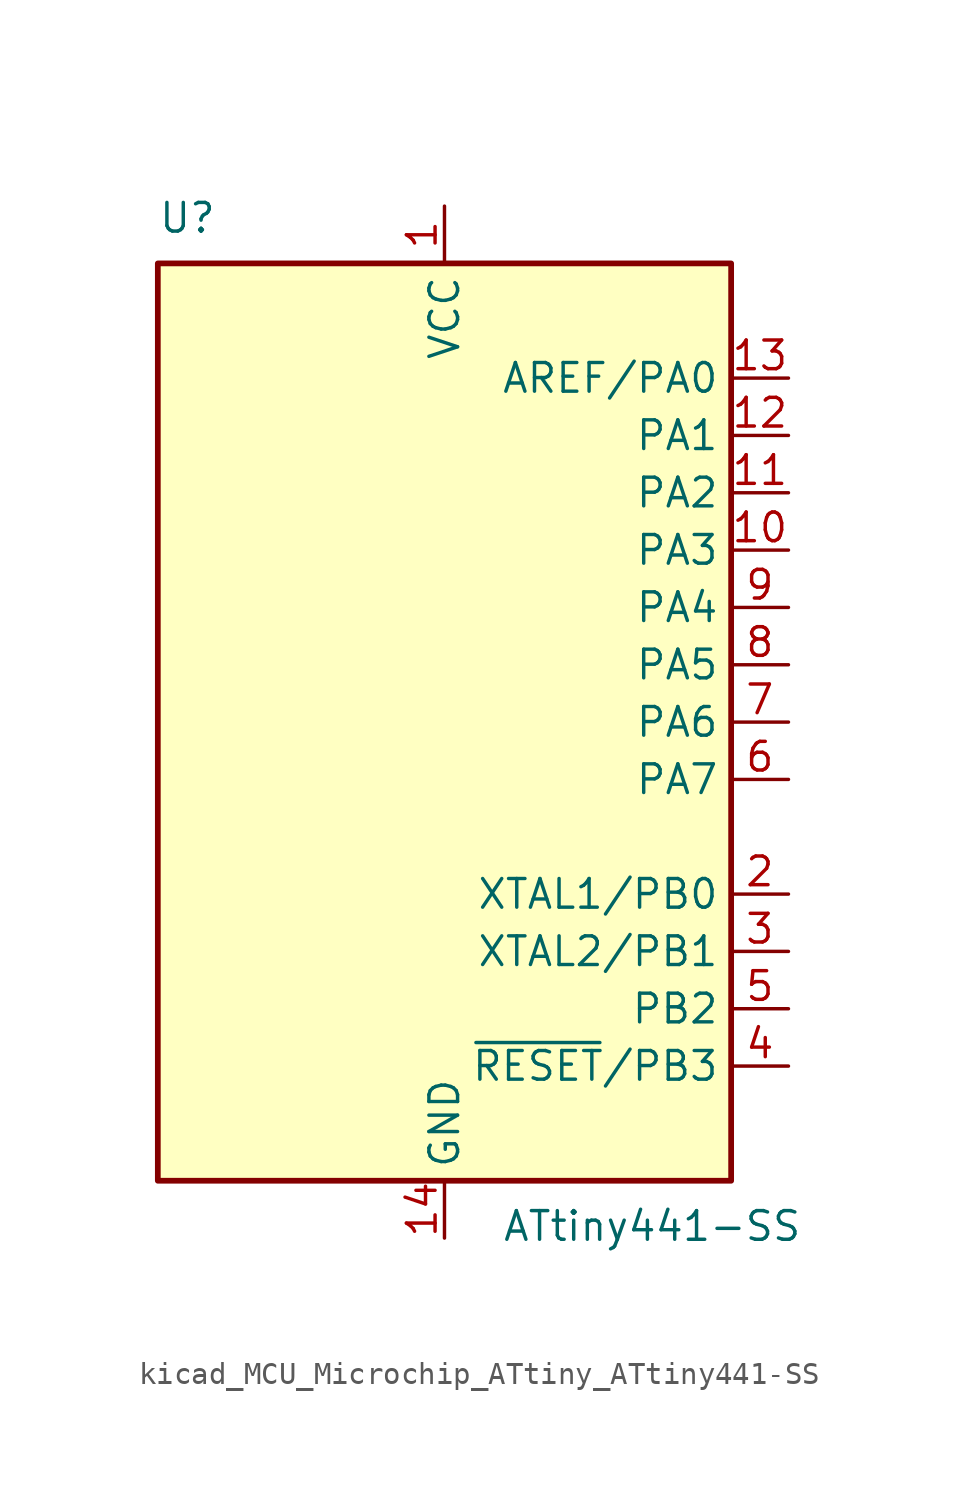
<source format=kicad_sym>
(kicad_symbol_lib
  (version 20220914)
  (generator kicad_symbol_editor)
  (symbol "kicad_MCU_Microchip_ATtiny_ATtiny441-SS"
    (property "Reference" "U"
      (at -12.7 21.59 0)
      (effects (font (size 1.27 1.27)) (justify left bottom)))
    (property "Value" "ATtiny441-SS"
      (at 2.54 -21.59 0)
      (effects (font (size 1.27 1.27)) (justify left top)))
    (symbol "kicad_MCU_Microchip_ATtiny_ATtiny441-SS_0_1"
      (rectangle (start -12.7 -20.32) (end 12.7 20.32) (stroke (width 0.254) (type default)) (fill (type background))))
    (symbol "kicad_MCU_Microchip_ATtiny_ATtiny441-SS_1_1"
      (pin power_in line (at 0 22.86 270) (length 2.54) (name "VCC" (effects (font (size 1.27 1.27)))) (number "1" (effects (font (size 1.27 1.27)))))
      (pin bidirectional line (at 15.24 7.62 180) (length 2.54) (name "PA3" (effects (font (size 1.27 1.27)))) (number "10" (effects (font (size 1.27 1.27)))))
      (pin bidirectional line (at 15.24 10.16 180) (length 2.54) (name "PA2" (effects (font (size 1.27 1.27)))) (number "11" (effects (font (size 1.27 1.27)))))
      (pin bidirectional line (at 15.24 12.7 180) (length 2.54) (name "PA1" (effects (font (size 1.27 1.27)))) (number "12" (effects (font (size 1.27 1.27)))))
      (pin bidirectional line (at 15.24 15.24 180) (length 2.54) (name "AREF/PA0" (effects (font (size 1.27 1.27)))) (number "13" (effects (font (size 1.27 1.27)))))
      (pin power_in line (at 0 -22.86 90) (length 2.54) (name "GND" (effects (font (size 1.27 1.27)))) (number "14" (effects (font (size 1.27 1.27)))))
      (pin bidirectional line (at 15.24 -7.62 180) (length 2.54) (name "XTAL1/PB0" (effects (font (size 1.27 1.27)))) (number "2" (effects (font (size 1.27 1.27)))))
      (pin bidirectional line (at 15.24 -10.16 180) (length 2.54) (name "XTAL2/PB1" (effects (font (size 1.27 1.27)))) (number "3" (effects (font (size 1.27 1.27)))))
      (pin bidirectional line (at 15.24 -15.24 180) (length 2.54) (name "~{RESET}/PB3" (effects (font (size 1.27 1.27)))) (number "4" (effects (font (size 1.27 1.27)))))
      (pin bidirectional line (at 15.24 -12.7 180) (length 2.54) (name "PB2" (effects (font (size 1.27 1.27)))) (number "5" (effects (font (size 1.27 1.27)))))
      (pin bidirectional line (at 15.24 -2.54 180) (length 2.54) (name "PA7" (effects (font (size 1.27 1.27)))) (number "6" (effects (font (size 1.27 1.27)))))
      (pin bidirectional line (at 15.24 0 180) (length 2.54) (name "PA6" (effects (font (size 1.27 1.27)))) (number "7" (effects (font (size 1.27 1.27)))))
      (pin bidirectional line (at 15.24 2.54 180) (length 2.54) (name "PA5" (effects (font (size 1.27 1.27)))) (number "8" (effects (font (size 1.27 1.27)))))
      (pin bidirectional line (at 15.24 5.08 180) (length 2.54) (name "PA4" (effects (font (size 1.27 1.27)))) (number "9" (effects (font (size 1.27 1.27))))))))
</source>
